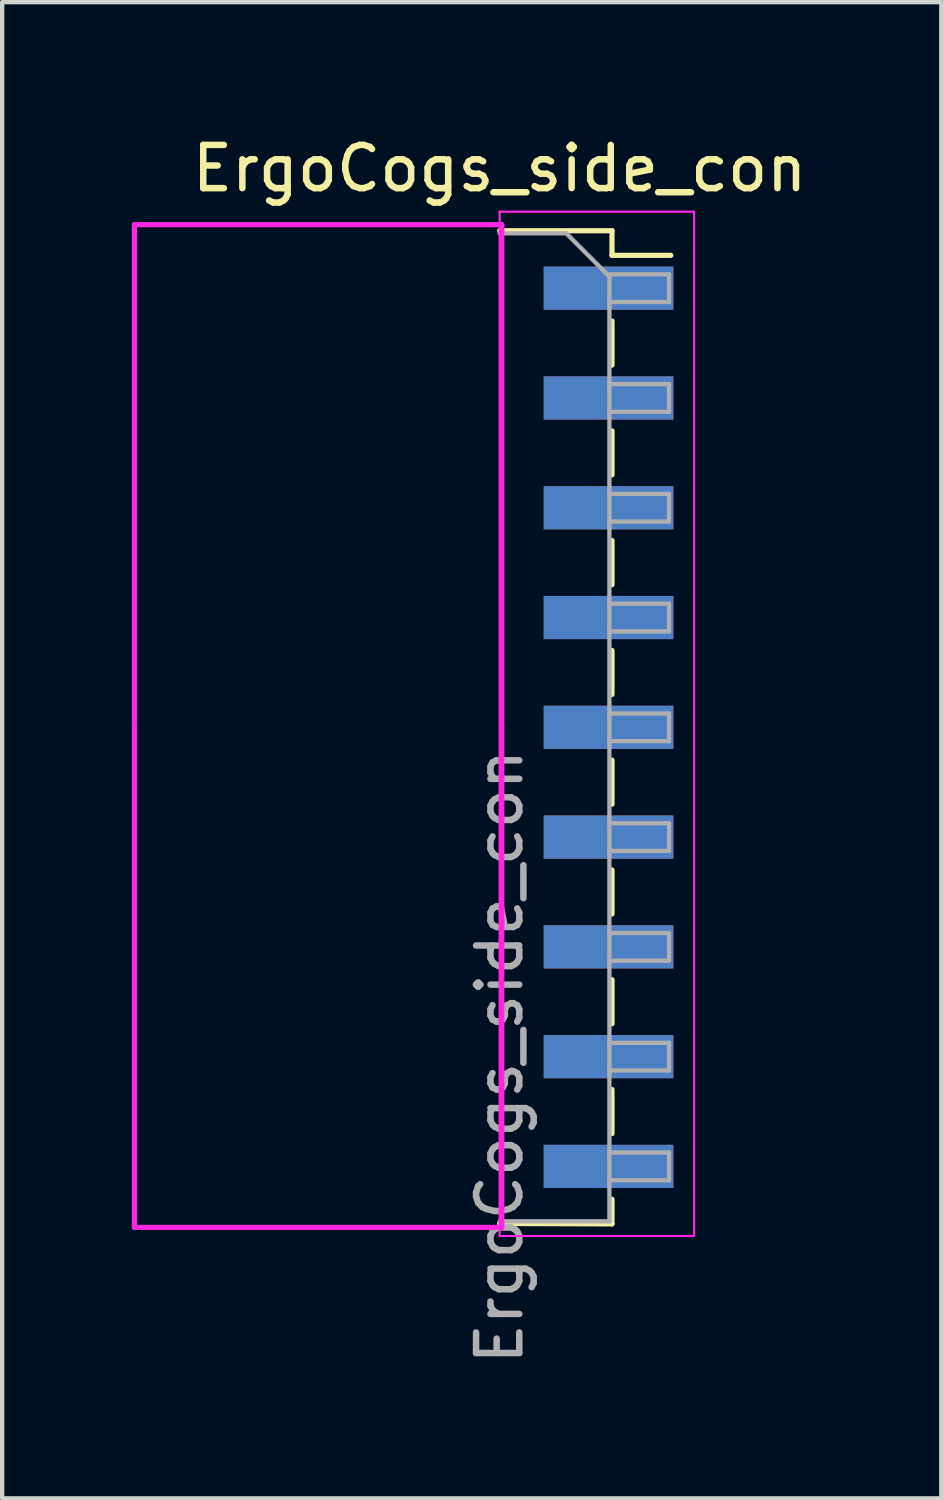
<source format=kicad_pcb>
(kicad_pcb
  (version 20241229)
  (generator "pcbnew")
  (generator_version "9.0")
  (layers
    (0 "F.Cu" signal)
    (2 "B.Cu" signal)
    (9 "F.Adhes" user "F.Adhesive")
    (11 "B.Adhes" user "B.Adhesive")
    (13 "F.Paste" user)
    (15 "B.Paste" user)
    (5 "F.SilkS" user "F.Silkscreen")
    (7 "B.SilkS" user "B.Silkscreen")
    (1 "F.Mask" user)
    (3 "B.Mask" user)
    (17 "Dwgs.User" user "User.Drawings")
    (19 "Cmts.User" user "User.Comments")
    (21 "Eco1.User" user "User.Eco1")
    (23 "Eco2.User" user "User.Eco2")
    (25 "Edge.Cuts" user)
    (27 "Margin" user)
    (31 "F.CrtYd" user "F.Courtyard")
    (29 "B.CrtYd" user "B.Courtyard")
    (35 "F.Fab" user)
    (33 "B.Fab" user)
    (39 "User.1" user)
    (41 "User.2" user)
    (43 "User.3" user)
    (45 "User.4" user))
  (footprint "ErgoCogs_side_con"
    (layer "F.Cu")
    (at 11.06 3.588)
    (property "Reference" "ErgoCogs_side_con" (at -2.55 -2.74 0) (layer "F.SilkS") (effects (font (size 1 1) (thickness 0.15))))
    (attr smd)
    (fp_line (start -2.55 -1.3) (end 0.05 -1.3) (stroke (width 0.12) (type solid)) (layer "F.SilkS"))
    (fp_line (start -2.55 21.67) (end 0.05 21.68) (stroke (width 0.12) (type solid)) (layer "F.SilkS"))
    (fp_line (start 0.05 -1.3) (end 0.05 -0.73) (stroke (width 0.12) (type solid)) (layer "F.SilkS"))
    (fp_line (start 0.05 -0.73) (end 1.41 -0.73) (stroke (width 0.12) (type solid)) (layer "F.SilkS"))
    (fp_line (start 0.05 0.79) (end 0.05 1.81) (stroke (width 0.12) (type solid)) (layer "F.SilkS"))
    (fp_line (start 0.05 3.33) (end 0.05 4.35) (stroke (width 0.12) (type solid)) (layer "F.SilkS"))
    (fp_line (start 0.05 5.87) (end 0.05 6.89) (stroke (width 0.12) (type solid)) (layer "F.SilkS"))
    (fp_line (start 0.05 8.41) (end 0.05 9.43) (stroke (width 0.12) (type solid)) (layer "F.SilkS"))
    (fp_line (start 0.05 10.95) (end 0.05 11.97) (stroke (width 0.12) (type solid)) (layer "F.SilkS"))
    (fp_line (start 0.05 13.49) (end 0.05 14.51) (stroke (width 0.12) (type solid)) (layer "F.SilkS"))
    (fp_line (start 0.05 16.03) (end 0.05 17.05) (stroke (width 0.12) (type solid)) (layer "F.SilkS"))
    (fp_line (start 0.05 18.57) (end 0.05 19.59) (stroke (width 0.12) (type solid)) (layer "F.SilkS"))
    (fp_line (start 0.05 21.11) (end 0.05 21.68) (stroke (width 0.12) (type solid)) (layer "F.SilkS"))
    (fp_line (start -11 -1.44) (end -11 10.16) (stroke (width 0.12) (type solid)) (layer "F.CrtYd"))
    (fp_line (start -11 10.16) (end -11 21.76) (stroke (width 0.12) (type solid)) (layer "F.CrtYd"))
    (fp_line (start -11 21.76) (end -2.5 21.76) (stroke (width 0.12) (type solid)) (layer "F.CrtYd"))
    (fp_line (start -2.55 -1.74) (end -2.55 21.96) (stroke (width 0.05) (type solid)) (layer "F.CrtYd"))
    (fp_line (start -2.55 -1.74) (end 1.95 -1.74) (stroke (width 0.05) (type solid)) (layer "F.CrtYd"))
    (fp_line (start -2.5 -1.44) (end -11 -1.44) (stroke (width 0.12) (type solid)) (layer "F.CrtYd"))
    (fp_line (start -2.5 10.16) (end -2.5 -1.44) (stroke (width 0.12) (type solid)) (layer "F.CrtYd"))
    (fp_line (start -2.5 21.76) (end -2.5 10.16) (stroke (width 0.12) (type solid)) (layer "F.CrtYd"))
    (fp_line (start 1.95 -1.74) (end 1.95 21.96) (stroke (width 0.05) (type solid)) (layer "F.CrtYd"))
    (fp_line (start 1.95 21.96) (end -2.55 21.96) (stroke (width 0.05) (type solid)) (layer "F.CrtYd"))
    (fp_line (start -2.55 -1.24) (end -1.01 -1.24) (stroke (width 0.1) (type solid)) (layer "F.Fab"))
    (fp_line (start -1.01 -1.24) (end -0.01 -0.24) (stroke (width 0.1) (type solid)) (layer "F.Fab"))
    (fp_line (start -0.01 -0.29) (end 1.37 -0.29) (stroke (width 0.1) (type solid)) (layer "F.Fab"))
    (fp_line (start -0.01 -0.24) (end -0.01 21.62) (stroke (width 0.1) (type solid)) (layer "F.Fab"))
    (fp_line (start -0.01 2.25) (end 1.37 2.25) (stroke (width 0.1) (type solid)) (layer "F.Fab"))
    (fp_line (start -0.01 4.79) (end 1.37 4.79) (stroke (width 0.1) (type solid)) (layer "F.Fab"))
    (fp_line (start -0.01 7.33) (end 1.37 7.33) (stroke (width 0.1) (type solid)) (layer "F.Fab"))
    (fp_line (start -0.01 9.87) (end 1.37 9.87) (stroke (width 0.1) (type solid)) (layer "F.Fab"))
    (fp_line (start -0.01 12.41) (end 1.37 12.41) (stroke (width 0.1) (type solid)) (layer "F.Fab"))
    (fp_line (start -0.01 14.95) (end 1.37 14.95) (stroke (width 0.1) (type solid)) (layer "F.Fab"))
    (fp_line (start -0.01 17.49) (end 1.37 17.49) (stroke (width 0.1) (type solid)) (layer "F.Fab"))
    (fp_line (start -0.01 20.03) (end 1.37 20.03) (stroke (width 0.1) (type solid)) (layer "F.Fab"))
    (fp_line (start -0.01 21.62) (end -2.55 21.62) (stroke (width 0.1) (type solid)) (layer "F.Fab"))
    (fp_line (start 1.37 -0.29) (end 1.37 0.35) (stroke (width 0.1) (type solid)) (layer "F.Fab"))
    (fp_line (start 1.37 0.35) (end -0.01 0.35) (stroke (width 0.1) (type solid)) (layer "F.Fab"))
    (fp_line (start 1.37 2.25) (end 1.37 2.89) (stroke (width 0.1) (type solid)) (layer "F.Fab"))
    (fp_line (start 1.37 2.89) (end -0.01 2.89) (stroke (width 0.1) (type solid)) (layer "F.Fab"))
    (fp_line (start 1.37 4.79) (end 1.37 5.43) (stroke (width 0.1) (type solid)) (layer "F.Fab"))
    (fp_line (start 1.37 5.43) (end -0.01 5.43) (stroke (width 0.1) (type solid)) (layer "F.Fab"))
    (fp_line (start 1.37 7.33) (end 1.37 7.97) (stroke (width 0.1) (type solid)) (layer "F.Fab"))
    (fp_line (start 1.37 7.97) (end -0.01 7.97) (stroke (width 0.1) (type solid)) (layer "F.Fab"))
    (fp_line (start 1.37 9.87) (end 1.37 10.51) (stroke (width 0.1) (type solid)) (layer "F.Fab"))
    (fp_line (start 1.37 10.51) (end -0.01 10.51) (stroke (width 0.1) (type solid)) (layer "F.Fab"))
    (fp_line (start 1.37 12.41) (end 1.37 13.05) (stroke (width 0.1) (type solid)) (layer "F.Fab"))
    (fp_line (start 1.37 13.05) (end -0.01 13.05) (stroke (width 0.1) (type solid)) (layer "F.Fab"))
    (fp_line (start 1.37 14.95) (end 1.37 15.59) (stroke (width 0.1) (type solid)) (layer "F.Fab"))
    (fp_line (start 1.37 15.59) (end -0.01 15.59) (stroke (width 0.1) (type solid)) (layer "F.Fab"))
    (fp_line (start 1.37 17.49) (end 1.37 18.13) (stroke (width 0.1) (type solid)) (layer "F.Fab"))
    (fp_line (start 1.37 18.13) (end -0.01 18.13) (stroke (width 0.1) (type solid)) (layer "F.Fab"))
    (fp_line (start 1.37 20.03) (end 1.37 20.67) (stroke (width 0.1) (type solid)) (layer "F.Fab"))
    (fp_line (start 1.37 20.67) (end -0.01 20.67) (stroke (width 0.1) (type solid)) (layer "F.Fab"))
    (fp_text user "${REFERENCE}" (at -2.55 17.81 90) (layer "F.Fab") (effects (font (size 1 1) (thickness 0.15))))
    (pad "1" smd rect (at -0.03 0.03) (size 3 1) (layers "F.Cu" "F.Mask" "F.Paste"))
    (pad "2" smd rect (at -0.03 0.03 180) (size 3 1) (layers "B.Cu" "B.Mask" "B.Paste"))
    (pad "3" smd rect (at -0.03 2.57) (size 3 1) (layers "F.Cu" "F.Mask" "F.Paste"))
    (pad "4" smd rect (at -0.03 2.57 180) (size 3 1) (layers "B.Cu" "B.Mask" "B.Paste"))
    (pad "5" smd rect (at -0.03 5.11) (size 3 1) (layers "F.Cu" "F.Mask" "F.Paste"))
    (pad "6" smd rect (at -0.03 5.11 180) (size 3 1) (layers "B.Cu" "B.Mask" "B.Paste"))
    (pad "7" smd rect (at -0.03 7.65) (size 3 1) (layers "F.Cu" "F.Mask" "F.Paste"))
    (pad "8" smd rect (at -0.03 7.65 180) (size 3 1) (layers "B.Cu" "B.Mask" "B.Paste"))
    (pad "9" smd rect (at -0.03 10.19) (size 3 1) (layers "F.Cu" "F.Mask" "F.Paste"))
    (pad "10" smd rect (at -0.03 10.19 180) (size 3 1) (layers "B.Cu" "B.Mask" "B.Paste"))
    (pad "11" smd rect (at -0.03 12.73) (size 3 1) (layers "F.Cu" "F.Mask" "F.Paste"))
    (pad "12" smd rect (at -0.03 12.73 180) (size 3 1) (layers "B.Cu" "B.Mask" "B.Paste"))
    (pad "13" smd rect (at -0.03 15.27) (size 3 1) (layers "F.Cu" "F.Mask" "F.Paste"))
    (pad "14" smd rect (at -0.03 15.27 180) (size 3 1) (layers "B.Cu" "B.Mask" "B.Paste"))
    (pad "15" smd rect (at -0.03 17.81) (size 3 1) (layers "F.Cu" "F.Mask" "F.Paste"))
    (pad "16" smd rect (at -0.03 17.81 180) (size 3 1) (layers "B.Cu" "B.Mask" "B.Paste"))
    (pad "17" smd rect (at -0.03 20.35) (size 3 1) (layers "F.Cu" "F.Mask" "F.Paste"))
    (pad "18" smd rect (at -0.03 20.35 180) (size 3 1) (layers "B.Cu" "B.Mask" "B.Paste")))
  (gr_rect
    (start -3 -3)
    (end 18.73 31.618)
    (stroke (width 0.1) (type default))
    (fill no)
    (layer "Edge.Cuts")))
</source>
